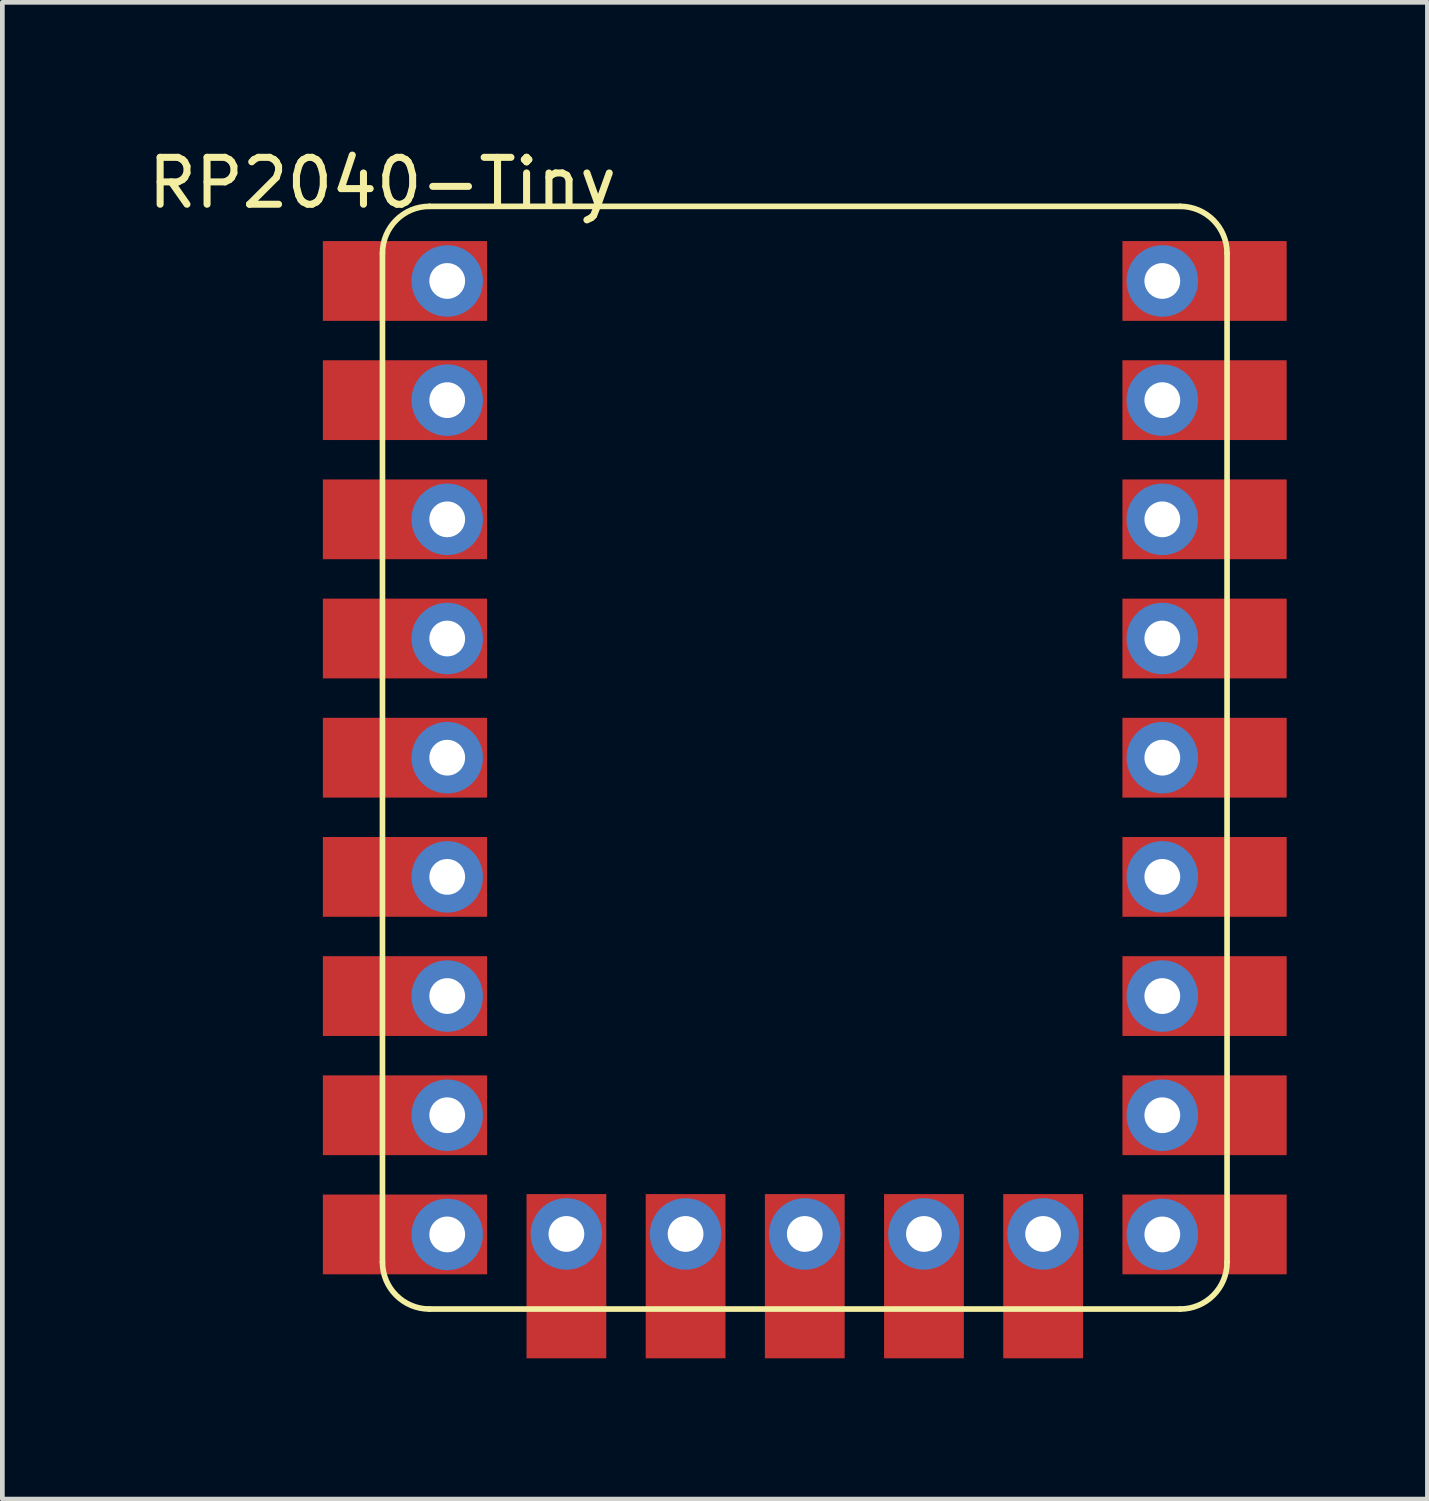
<source format=kicad_pcb>
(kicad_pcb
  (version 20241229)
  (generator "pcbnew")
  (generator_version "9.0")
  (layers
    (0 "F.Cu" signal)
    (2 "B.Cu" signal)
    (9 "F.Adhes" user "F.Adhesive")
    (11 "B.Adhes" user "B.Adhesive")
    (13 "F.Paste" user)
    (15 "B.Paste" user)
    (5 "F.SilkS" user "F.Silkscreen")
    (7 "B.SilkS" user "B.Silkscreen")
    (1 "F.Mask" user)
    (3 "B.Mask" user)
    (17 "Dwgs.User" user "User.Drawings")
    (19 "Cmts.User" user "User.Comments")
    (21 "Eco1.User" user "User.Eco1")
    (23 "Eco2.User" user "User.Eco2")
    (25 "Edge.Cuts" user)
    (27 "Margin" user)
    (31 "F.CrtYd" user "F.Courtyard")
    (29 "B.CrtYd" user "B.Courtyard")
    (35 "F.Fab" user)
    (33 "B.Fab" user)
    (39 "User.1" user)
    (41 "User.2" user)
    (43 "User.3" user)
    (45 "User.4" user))
  (footprint "RP2040-Tiny"
    (layer "F.Cu")
    (at 5.101 1.348)
    (property "Reference" "RP2040-Tiny" (at 0 -0.5 0) (unlocked yes) (layer "F.SilkS") (effects (font (size 1 1) (thickness 0.15))))
    (attr through_hole)
    (fp_line (start 0 22.5) (end 0 1) (stroke (width 0.12) (type default)) (layer "F.SilkS"))
    (fp_line (start 1 0) (end 17 0) (stroke (width 0.12) (type default)) (layer "F.SilkS"))
    (fp_line (start 17 23.5) (end 1 23.5) (stroke (width 0.12) (type default)) (layer "F.SilkS"))
    (fp_line (start 18 1) (end 18 22.5) (stroke (width 0.12) (type default)) (layer "F.SilkS"))
    (fp_arc (start 0 1) (mid 0.292893 0.292893) (end 1 0) (stroke (width 0.12) (type default)) (layer "F.SilkS"))
    (fp_arc (start 1 23.5) (mid 0.292893 23.207107) (end 0 22.5) (stroke (width 0.12) (type default)) (layer "F.SilkS"))
    (fp_arc (start 17 0) (mid 17.707107 0.292893) (end 18 1) (stroke (width 0.12) (type default)) (layer "F.SilkS"))
    (fp_arc (start 18 22.5) (mid 17.707107 23.207107) (end 17 23.5) (stroke (width 0.12) (type default)) (layer "F.SilkS"))
    (pad "1" thru_hole circle (at 16.62 1.59) (size 1.524 1.524) (drill 0.762) (layers "*.Cu" "*.Mask"))
    (pad "1" smd rect (at 16.62 1.59 180) (size 3.5 1.7) (drill (offset -0.9 0)) (layers "F.Cu" "F.Mask"))
    (pad "2" thru_hole circle (at 16.62 4.13) (size 1.524 1.524) (drill 0.762) (layers "*.Cu" "*.Mask"))
    (pad "2" smd rect (at 16.62 4.13 180) (size 3.5 1.7) (drill (offset -0.9 0)) (layers "F.Cu" "F.Mask"))
    (pad "3" thru_hole circle (at 16.62 6.67) (size 1.524 1.524) (drill 0.762) (layers "*.Cu" "*.Mask"))
    (pad "3" smd rect (at 16.62 6.67 180) (size 3.5 1.7) (drill (offset -0.9 0)) (layers "F.Cu" "F.Mask"))
    (pad "4" thru_hole circle (at 16.62 9.21) (size 1.524 1.524) (drill 0.762) (layers "*.Cu" "*.Mask"))
    (pad "4" smd rect (at 16.62 9.21 180) (size 3.5 1.7) (drill (offset -0.9 0)) (layers "F.Cu" "F.Mask"))
    (pad "5" thru_hole circle (at 16.62 11.75) (size 1.524 1.524) (drill 0.762) (layers "*.Cu" "*.Mask"))
    (pad "5" smd rect (at 16.62 11.75 180) (size 3.5 1.7) (drill (offset -0.9 0)) (layers "F.Cu" "F.Mask"))
    (pad "6" thru_hole circle (at 16.62 14.29) (size 1.524 1.524) (drill 0.762) (layers "*.Cu" "*.Mask"))
    (pad "6" smd rect (at 16.62 14.29 180) (size 3.5 1.7) (drill (offset -0.9 0)) (layers "F.Cu" "F.Mask"))
    (pad "7" thru_hole circle (at 16.62 16.83) (size 1.524 1.524) (drill 0.762) (layers "*.Cu" "*.Mask"))
    (pad "7" smd rect (at 16.62 16.83 180) (size 3.5 1.7) (drill (offset -0.9 0)) (layers "F.Cu" "F.Mask"))
    (pad "8" thru_hole circle (at 16.62 19.37) (size 1.524 1.524) (drill 0.762) (layers "*.Cu" "*.Mask"))
    (pad "8" smd rect (at 16.62 19.37 180) (size 3.5 1.7) (drill (offset -0.9 0)) (layers "F.Cu" "F.Mask"))
    (pad "9" thru_hole circle (at 16.62 21.91) (size 1.524 1.524) (drill 0.762) (layers "*.Cu" "*.Mask"))
    (pad "9" smd rect (at 16.62 21.91 180) (size 3.5 1.7) (drill (offset -0.9 0)) (layers "F.Cu" "F.Mask"))
    (pad "10" thru_hole circle (at 14.08 21.9) (size 1.524 1.524) (drill 0.762) (layers "*.Cu" "*.Mask"))
    (pad "10" smd rect (at 14.08 21.9 90) (size 3.5 1.7) (drill (offset -0.9 0)) (layers "F.Cu" "F.Mask"))
    (pad "11" thru_hole circle (at 11.54 21.9) (size 1.524 1.524) (drill 0.762) (layers "*.Cu" "*.Mask"))
    (pad "11" smd rect (at 11.54 21.9 90) (size 3.5 1.7) (drill (offset -0.9 0)) (layers "F.Cu" "F.Mask"))
    (pad "12" thru_hole circle (at 9 21.9) (size 1.524 1.524) (drill 0.762) (layers "*.Cu" "*.Mask"))
    (pad "12" smd rect (at 9 21.9 90) (size 3.5 1.7) (drill (offset -0.9 0)) (layers "F.Cu" "F.Mask"))
    (pad "13" thru_hole circle (at 6.46 21.9) (size 1.524 1.524) (drill 0.762) (layers "*.Cu" "*.Mask"))
    (pad "13" smd rect (at 6.46 21.9 90) (size 3.5 1.7) (drill (offset -0.9 0)) (layers "F.Cu" "F.Mask"))
    (pad "14" thru_hole circle (at 3.92 21.9) (size 1.524 1.524) (drill 0.762) (layers "*.Cu" "*.Mask"))
    (pad "14" smd rect (at 3.92 21.9 90) (size 3.5 1.7) (drill (offset -0.9 0)) (layers "F.Cu" "F.Mask"))
    (pad "15" thru_hole circle (at 1.38 21.91) (size 1.524 1.524) (drill 0.762) (layers "*.Cu" "*.Mask"))
    (pad "15" smd rect (at 1.38 21.91) (size 3.5 1.7) (drill (offset -0.9 0)) (layers "F.Cu" "F.Mask"))
    (pad "16" thru_hole circle (at 1.38 19.37) (size 1.524 1.524) (drill 0.762) (layers "*.Cu" "*.Mask"))
    (pad "16" smd rect (at 1.38 19.37) (size 3.5 1.7) (drill (offset -0.9 0)) (layers "F.Cu" "F.Mask"))
    (pad "17" thru_hole circle (at 1.38 16.83) (size 1.524 1.524) (drill 0.762) (layers "*.Cu" "*.Mask"))
    (pad "17" smd rect (at 1.38 16.83) (size 3.5 1.7) (drill (offset -0.9 0)) (layers "F.Cu" "F.Mask"))
    (pad "18" thru_hole circle (at 1.38 14.29) (size 1.524 1.524) (drill 0.762) (layers "*.Cu" "*.Mask"))
    (pad "18" smd rect (at 1.38 14.29) (size 3.5 1.7) (drill (offset -0.9 0)) (layers "F.Cu" "F.Mask"))
    (pad "19" thru_hole circle (at 1.38 11.75) (size 1.524 1.524) (drill 0.762) (layers "*.Cu" "*.Mask"))
    (pad "19" smd rect (at 1.38 11.75) (size 3.5 1.7) (drill (offset -0.9 0)) (layers "F.Cu" "F.Mask"))
    (pad "20" thru_hole circle (at 1.38 9.21) (size 1.524 1.524) (drill 0.762) (layers "*.Cu" "*.Mask"))
    (pad "20" smd rect (at 1.38 9.21) (size 3.5 1.7) (drill (offset -0.9 0)) (layers "F.Cu" "F.Mask"))
    (pad "21" thru_hole circle (at 1.38 6.67) (size 1.524 1.524) (drill 0.762) (layers "*.Cu" "*.Mask"))
    (pad "21" smd rect (at 1.38 6.67) (size 3.5 1.7) (drill (offset -0.9 0)) (layers "F.Cu" "F.Mask"))
    (pad "22" thru_hole circle (at 1.38 4.13) (size 1.524 1.524) (drill 0.762) (layers "*.Cu" "*.Mask"))
    (pad "22" smd rect (at 1.38 4.13) (size 3.5 1.7) (drill (offset -0.9 0)) (layers "F.Cu" "F.Mask"))
    (pad "23" thru_hole circle (at 1.38 1.59) (size 1.524 1.524) (drill 0.762) (layers "*.Cu" "*.Mask"))
    (pad "23" smd rect (at 1.38 1.59) (size 3.5 1.7) (drill (offset -0.9 0)) (layers "F.Cu" "F.Mask")))
  (gr_rect
    (start -3 -3)
    (end 27.371 28.898)
    (stroke (width 0.1) (type default))
    (fill no)
    (layer "Edge.Cuts")))
</source>
